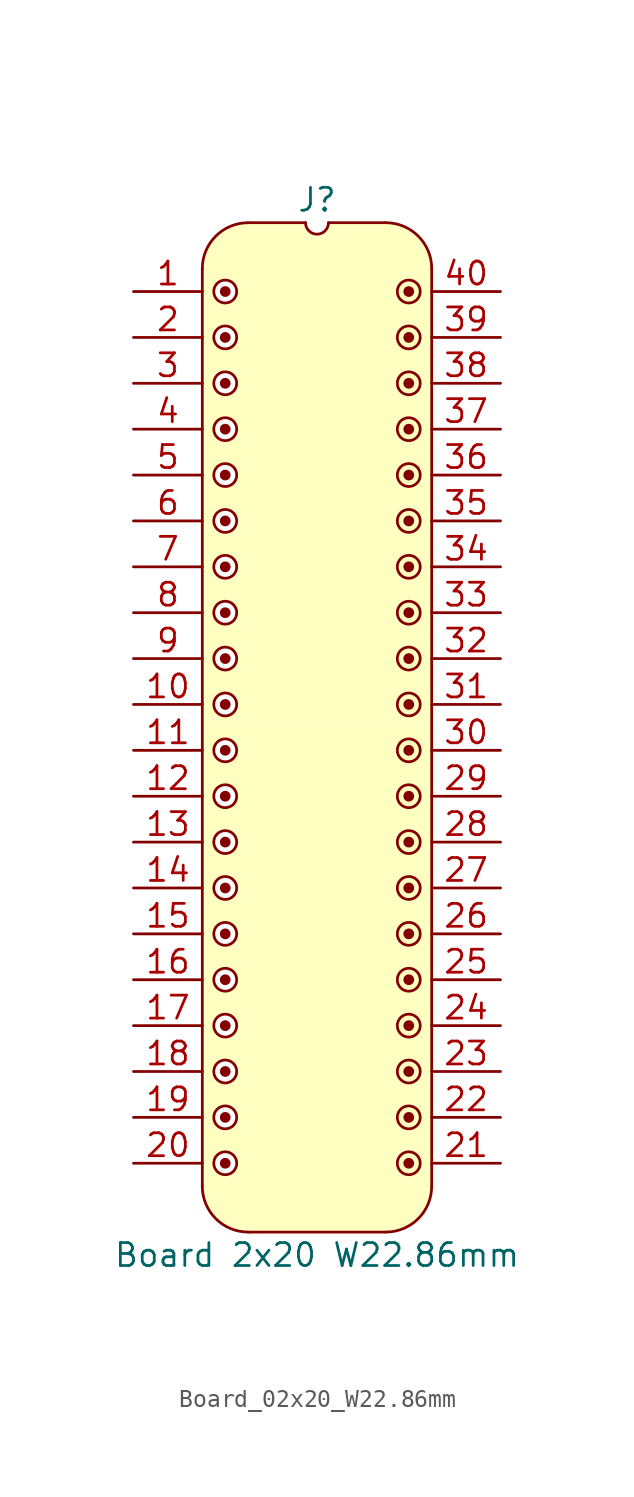
<source format=kicad_sym>
(kicad_symbol_lib
  (version 20241209)
  (generator "kicad_symbol_editor")
  (generator_version "9.0")
  (symbol "Board_02x20_W22.86mm"
    (pin_names
      (offset 1.016)
      (hide yes))
    (property "Reference" "J"
      (at 0 5.08 0)
      (effects (font (size 1.27 1.27))))
    (property "Value" "Board 2x20 W22.86mm"
      (at 0 -53.34 0)
      (effects (font (size 1.27 1.27))))
    (symbol "Board_02x20_W22.86mm_0_1"
      (polyline (pts (xy -6.35 1.27) (xy -6.35 -49.53)) (stroke (width 0) (type default)) (fill (type none)))
      (arc (start -3.8102 -52.0698) (mid -5.6063 -51.3259) (end -6.3502 -49.5298) (stroke (width 0) (type default)) (fill (type none)))
      (arc (start -6.35 1.27) (mid -5.6061 3.0661) (end -3.81 3.81) (stroke (width 0) (type default)) (fill (type none)))
      (polyline (pts (xy -3.81 3.81) (xy -0.635 3.81)) (stroke (width 0) (type default)) (fill (type none)))
      (arc (start 0.635 3.81) (mid 0 3.175) (end -0.635 3.81) (stroke (width 0) (type default)) (fill (type none)))
      (polyline (pts (xy 0.635 3.81) (xy 3.81 3.81)) (stroke (width 0) (type default)) (fill (type none)))
      (polyline (pts (xy 3.81 -52.07) (xy -3.81 -52.07)) (stroke (width 0) (type default)) (fill (type none)))
      (arc (start 3.81 3.81) (mid 5.6061 3.0661) (end 6.35 1.27) (stroke (width 0) (type default)) (fill (type none)))
      (arc (start 6.3498 -49.5298) (mid 5.6059 -51.3259) (end 3.8098 -52.0698) (stroke (width 0) (type default)) (fill (type none)))
      (polyline (pts (xy 6.35 -49.53) (xy 6.35 1.27)) (stroke (width 0) (type default)) (fill (type none))))
    (symbol "Board_02x20_W22.86mm_1_1"
      (polyline (pts (xy -6.35 1.27) (xy -6.096 2.286) (xy -5.588 3.048) (xy -4.826 3.556) (xy -4.064 3.81) (xy -0.762 3.81) (xy -0.508 3.302) (xy 0 3.048) (xy 0 -24.13) (xy -6.35 -24.13) (xy -6.35 1.27)) (stroke (width -0.0001) (type solid)) (fill (type background)))
      (polyline (pts (xy -6.35 -24.13) (xy 0 -24.13) (xy 0 -52.07) (xy -3.81 -52.07) (xy -4.826 -51.816) (xy -5.588 -51.308) (xy -6.096 -50.546) (xy -6.35 -49.53)) (stroke (width -0.0001) (type solid)) (fill (type background)))
      (circle (center -5.08 0) (radius 0.0001) (stroke (width 0.3) (type solid)) (fill (type none)))
      (circle (center -5.08 0) (radius 0.635) (stroke (width 0) (type solid)) (fill (type color) (color 255 255 255 1)))
      (circle (center -5.08 -2.54) (radius 0.0001) (stroke (width 0.3) (type solid)) (fill (type none)))
      (circle (center -5.08 -2.54) (radius 0.635) (stroke (width 0) (type solid)) (fill (type color) (color 255 255 255 1)))
      (circle (center -5.08 -5.08) (radius 0.0001) (stroke (width 0.3) (type solid)) (fill (type none)))
      (circle (center -5.08 -5.08) (radius 0.635) (stroke (width 0) (type solid)) (fill (type color) (color 255 255 255 1)))
      (circle (center -5.08 -7.62) (radius 0.0001) (stroke (width 0.3) (type solid)) (fill (type none)))
      (circle (center -5.08 -7.62) (radius 0.635) (stroke (width 0) (type solid)) (fill (type color) (color 255 255 255 1)))
      (circle (center -5.08 -10.16) (radius 0.0001) (stroke (width 0.3) (type solid)) (fill (type none)))
      (circle (center -5.08 -10.16) (radius 0.635) (stroke (width 0) (type solid)) (fill (type color) (color 255 255 255 1)))
      (circle (center -5.08 -12.7) (radius 0.0001) (stroke (width 0.3) (type solid)) (fill (type none)))
      (circle (center -5.08 -12.7) (radius 0.635) (stroke (width 0) (type solid)) (fill (type color) (color 255 255 255 1)))
      (circle (center -5.08 -15.24) (radius 0.0001) (stroke (width 0.3) (type solid)) (fill (type none)))
      (circle (center -5.08 -15.24) (radius 0.635) (stroke (width 0) (type solid)) (fill (type color) (color 255 255 255 1)))
      (circle (center -5.08 -17.78) (radius 0.0001) (stroke (width 0.3) (type solid)) (fill (type none)))
      (circle (center -5.08 -17.78) (radius 0.635) (stroke (width 0) (type solid)) (fill (type color) (color 255 255 255 1)))
      (circle (center -5.08 -20.32) (radius 0.0001) (stroke (width 0.3) (type solid)) (fill (type none)))
      (circle (center -5.08 -20.32) (radius 0.635) (stroke (width 0) (type solid)) (fill (type color) (color 255 255 255 1)))
      (circle (center -5.08 -22.86) (radius 0.0001) (stroke (width 0.3) (type solid)) (fill (type none)))
      (circle (center -5.08 -22.86) (radius 0.635) (stroke (width 0) (type solid)) (fill (type color) (color 255 255 255 1)))
      (circle (center -5.08 -25.4) (radius 0.0001) (stroke (width 0.3) (type solid)) (fill (type none)))
      (circle (center -5.08 -25.4) (radius 0.635) (stroke (width 0) (type solid)) (fill (type color) (color 255 255 255 1)))
      (circle (center -5.08 -27.94) (radius 0.0001) (stroke (width 0.3) (type solid)) (fill (type none)))
      (circle (center -5.08 -27.94) (radius 0.635) (stroke (width 0) (type solid)) (fill (type color) (color 255 255 255 1)))
      (circle (center -5.08 -30.48) (radius 0.0001) (stroke (width 0.3) (type solid)) (fill (type none)))
      (circle (center -5.08 -30.48) (radius 0.635) (stroke (width 0) (type solid)) (fill (type color) (color 255 255 255 1)))
      (circle (center -5.08 -33.02) (radius 0.0001) (stroke (width 0.3) (type solid)) (fill (type none)))
      (circle (center -5.08 -33.02) (radius 0.635) (stroke (width 0) (type solid)) (fill (type color) (color 255 255 255 1)))
      (circle (center -5.08 -35.56) (radius 0.0001) (stroke (width 0.3) (type solid)) (fill (type none)))
      (circle (center -5.08 -35.56) (radius 0.635) (stroke (width 0) (type solid)) (fill (type color) (color 255 255 255 1)))
      (circle (center -5.08 -38.1) (radius 0.0001) (stroke (width 0.3) (type solid)) (fill (type none)))
      (circle (center -5.08 -38.1) (radius 0.635) (stroke (width 0) (type solid)) (fill (type color) (color 255 255 255 1)))
      (circle (center -5.08 -40.64) (radius 0.0001) (stroke (width 0.3) (type solid)) (fill (type none)))
      (circle (center -5.08 -40.64) (radius 0.635) (stroke (width 0) (type solid)) (fill (type color) (color 255 255 255 1)))
      (circle (center -5.08 -43.18) (radius 0.0001) (stroke (width 0.3) (type solid)) (fill (type none)))
      (circle (center -5.08 -43.18) (radius 0.635) (stroke (width 0) (type solid)) (fill (type color) (color 255 255 255 1)))
      (circle (center -5.08 -45.72) (radius 0.0001) (stroke (width 0.3) (type solid)) (fill (type none)))
      (circle (center -5.08 -45.72) (radius 0.635) (stroke (width 0) (type solid)) (fill (type color) (color 255 255 255 1)))
      (circle (center -5.08 -48.26) (radius 0.0001) (stroke (width 0.3) (type solid)) (fill (type none)))
      (circle (center -5.08 -48.26) (radius 0.635) (stroke (width 0) (type solid)) (fill (type color) (color 255 255 255 1)))
      (circle (center 5.08 0) (radius 0.0001) (stroke (width 0.3) (type solid)) (fill (type none)))
      (circle (center 5.08 0) (radius 0.635) (stroke (width 0) (type solid)) (fill (type color) (color 255 255 255 1)))
      (circle (center 5.08 -2.54) (radius 0.0001) (stroke (width 0.3) (type solid)) (fill (type none)))
      (circle (center 5.08 -2.54) (radius 0.635) (stroke (width 0) (type solid)) (fill (type color) (color 255 255 255 1)))
      (circle (center 5.08 -5.08) (radius 0.0001) (stroke (width 0.3) (type solid)) (fill (type none)))
      (circle (center 5.08 -5.08) (radius 0.635) (stroke (width 0) (type solid)) (fill (type color) (color 255 255 255 1)))
      (circle (center 5.08 -7.62) (radius 0.0001) (stroke (width 0.3) (type solid)) (fill (type none)))
      (circle (center 5.08 -7.62) (radius 0.635) (stroke (width 0) (type solid)) (fill (type color) (color 255 255 255 1)))
      (circle (center 5.08 -10.16) (radius 0.0001) (stroke (width 0.3) (type solid)) (fill (type none)))
      (circle (center 5.08 -10.16) (radius 0.635) (stroke (width 0) (type solid)) (fill (type color) (color 255 255 255 1)))
      (circle (center 5.08 -12.7) (radius 0.0001) (stroke (width 0.3) (type solid)) (fill (type none)))
      (circle (center 5.08 -12.7) (radius 0.635) (stroke (width 0) (type solid)) (fill (type color) (color 255 255 255 1)))
      (circle (center 5.08 -15.24) (radius 0.0001) (stroke (width 0.3) (type solid)) (fill (type none)))
      (circle (center 5.08 -15.24) (radius 0.635) (stroke (width 0) (type solid)) (fill (type color) (color 255 255 255 1)))
      (circle (center 5.08 -17.78) (radius 0.0001) (stroke (width 0.3) (type solid)) (fill (type none)))
      (circle (center 5.08 -17.78) (radius 0.635) (stroke (width 0) (type solid)) (fill (type color) (color 255 255 255 1)))
      (circle (center 5.08 -20.32) (radius 0.0001) (stroke (width 0.3) (type solid)) (fill (type none)))
      (circle (center 5.08 -20.32) (radius 0.635) (stroke (width 0) (type solid)) (fill (type color) (color 255 255 255 1)))
      (circle (center 5.08 -22.86) (radius 0.0001) (stroke (width 0.3) (type solid)) (fill (type none)))
      (circle (center 5.08 -22.86) (radius 0.635) (stroke (width 0) (type solid)) (fill (type color) (color 255 255 255 1)))
      (circle (center 5.08 -25.4) (radius 0.0001) (stroke (width 0.3) (type solid)) (fill (type none)))
      (circle (center 5.08 -25.4) (radius 0.635) (stroke (width 0) (type solid)) (fill (type color) (color 255 255 255 1)))
      (circle (center 5.08 -27.94) (radius 0.0001) (stroke (width 0.3) (type solid)) (fill (type none)))
      (circle (center 5.08 -27.94) (radius 0.635) (stroke (width 0) (type solid)) (fill (type color) (color 255 255 255 1)))
      (circle (center 5.08 -30.48) (radius 0.0001) (stroke (width 0.3) (type solid)) (fill (type none)))
      (circle (center 5.08 -30.48) (radius 0.635) (stroke (width 0) (type solid)) (fill (type color) (color 255 255 255 1)))
      (circle (center 5.08 -33.02) (radius 0.0001) (stroke (width 0.3) (type solid)) (fill (type none)))
      (circle (center 5.08 -33.02) (radius 0.635) (stroke (width 0) (type solid)) (fill (type color) (color 255 255 255 1)))
      (circle (center 5.08 -35.56) (radius 0.0001) (stroke (width 0.3) (type solid)) (fill (type none)))
      (circle (center 5.08 -35.56) (radius 0.635) (stroke (width 0) (type solid)) (fill (type color) (color 255 255 255 1)))
      (circle (center 5.08 -38.1) (radius 0.0001) (stroke (width 0.3) (type solid)) (fill (type none)))
      (circle (center 5.08 -38.1) (radius 0.635) (stroke (width 0) (type solid)) (fill (type color) (color 255 255 255 1)))
      (circle (center 5.08 -40.64) (radius 0.0001) (stroke (width 0.3) (type solid)) (fill (type none)))
      (circle (center 5.08 -40.64) (radius 0.635) (stroke (width 0) (type solid)) (fill (type color) (color 255 255 255 1)))
      (circle (center 5.08 -43.18) (radius 0.0001) (stroke (width 0.3) (type solid)) (fill (type none)))
      (circle (center 5.08 -43.18) (radius 0.635) (stroke (width 0) (type solid)) (fill (type color) (color 255 255 255 1)))
      (circle (center 5.08 -45.72) (radius 0.0001) (stroke (width 0.3) (type solid)) (fill (type none)))
      (circle (center 5.08 -45.72) (radius 0.635) (stroke (width 0) (type solid)) (fill (type color) (color 255 255 255 1)))
      (circle (center 5.08 -48.26) (radius 0.0001) (stroke (width 0.3) (type solid)) (fill (type none)))
      (circle (center 5.08 -48.26) (radius 0.635) (stroke (width 0) (type solid)) (fill (type color) (color 255 255 255 1)))
      (polyline (pts (xy 6.35 1.27) (xy 6.096 2.286) (xy 5.588 3.048) (xy 4.826 3.556) (xy 4.064 3.81) (xy 0.762 3.81) (xy 0.508 3.302) (xy 0 3.048) (xy 0 -24.13) (xy 6.35 -24.13) (xy 6.35 1.27)) (stroke (width -0.0001) (type solid)) (fill (type background)))
      (polyline (pts (xy 6.35 -24.13) (xy 0 -24.13) (xy 0 -52.07) (xy 3.81 -52.07) (xy 4.826 -51.816) (xy 5.588 -51.308) (xy 6.096 -50.546) (xy 6.35 -49.53)) (stroke (width -0.0001) (type solid)) (fill (type background)))
      (pin passive line (at -10.16 0 0) (length 3.81) (name "" (effects (font (size 1.27 1.27)))) (number "1" (effects (font (size 1.27 1.27)))))
      (pin passive line (at -10.16 -2.54 0) (length 3.81) (name "" (effects (font (size 1.27 1.27)))) (number "2" (effects (font (size 1.27 1.27)))))
      (pin passive line (at -10.16 -5.08 0) (length 3.81) (name "" (effects (font (size 1.27 1.27)))) (number "3" (effects (font (size 1.27 1.27)))))
      (pin passive line (at -10.16 -7.62 0) (length 3.81) (name "" (effects (font (size 1.27 1.27)))) (number "4" (effects (font (size 1.27 1.27)))))
      (pin passive line (at -10.16 -10.16 0) (length 3.81) (name "" (effects (font (size 1.27 1.27)))) (number "5" (effects (font (size 1.27 1.27)))))
      (pin passive line (at -10.16 -12.7 0) (length 3.81) (name "" (effects (font (size 1.27 1.27)))) (number "6" (effects (font (size 1.27 1.27)))))
      (pin passive line (at -10.16 -15.24 0) (length 3.81) (name "" (effects (font (size 1.27 1.27)))) (number "7" (effects (font (size 1.27 1.27)))))
      (pin passive line (at -10.16 -17.78 0) (length 3.81) (name "" (effects (font (size 1.27 1.27)))) (number "8" (effects (font (size 1.27 1.27)))))
      (pin passive line (at -10.16 -20.32 0) (length 3.81) (name "" (effects (font (size 1.27 1.27)))) (number "9" (effects (font (size 1.27 1.27)))))
      (pin passive line (at -10.16 -22.86 0) (length 3.81) (name "" (effects (font (size 1.27 1.27)))) (number "10" (effects (font (size 1.27 1.27)))))
      (pin passive line (at -10.16 -25.4 0) (length 3.81) (name "" (effects (font (size 1.27 1.27)))) (number "11" (effects (font (size 1.27 1.27)))))
      (pin passive line (at -10.16 -27.94 0) (length 3.81) (name "" (effects (font (size 1.27 1.27)))) (number "12" (effects (font (size 1.27 1.27)))))
      (pin passive line (at -10.16 -30.48 0) (length 3.81) (name "" (effects (font (size 1.27 1.27)))) (number "13" (effects (font (size 1.27 1.27)))))
      (pin passive line (at -10.16 -33.02 0) (length 3.81) (name "" (effects (font (size 1.27 1.27)))) (number "14" (effects (font (size 1.27 1.27)))))
      (pin passive line (at -10.16 -35.56 0) (length 3.81) (name "" (effects (font (size 1.27 1.27)))) (number "15" (effects (font (size 1.27 1.27)))))
      (pin passive line (at -10.16 -38.1 0) (length 3.81) (name "" (effects (font (size 1.27 1.27)))) (number "16" (effects (font (size 1.27 1.27)))))
      (pin passive line (at -10.16 -40.64 0) (length 3.81) (name "" (effects (font (size 1.27 1.27)))) (number "17" (effects (font (size 1.27 1.27)))))
      (pin passive line (at -10.16 -43.18 0) (length 3.81) (name "" (effects (font (size 1.27 1.27)))) (number "18" (effects (font (size 1.27 1.27)))))
      (pin passive line (at -10.16 -45.72 0) (length 3.81) (name "" (effects (font (size 1.27 1.27)))) (number "19" (effects (font (size 1.27 1.27)))))
      (pin passive line (at -10.16 -48.26 0) (length 3.81) (name "" (effects (font (size 1.27 1.27)))) (number "20" (effects (font (size 1.27 1.27)))))
      (pin passive line (at 10.16 0 180) (length 3.81) (name "" (effects (font (size 1.27 1.27)))) (number "40" (effects (font (size 1.27 1.27)))))
      (pin passive line (at 10.16 -2.54 180) (length 3.81) (name "" (effects (font (size 1.27 1.27)))) (number "39" (effects (font (size 1.27 1.27)))))
      (pin passive line (at 10.16 -5.08 180) (length 3.81) (name "" (effects (font (size 1.27 1.27)))) (number "38" (effects (font (size 1.27 1.27)))))
      (pin passive line (at 10.16 -7.62 180) (length 3.81) (name "" (effects (font (size 1.27 1.27)))) (number "37" (effects (font (size 1.27 1.27)))))
      (pin passive line (at 10.16 -10.16 180) (length 3.81) (name "" (effects (font (size 1.27 1.27)))) (number "36" (effects (font (size 1.27 1.27)))))
      (pin passive line (at 10.16 -12.7 180) (length 3.81) (name "" (effects (font (size 1.27 1.27)))) (number "35" (effects (font (size 1.27 1.27)))))
      (pin passive line (at 10.16 -15.24 180) (length 3.81) (name "" (effects (font (size 1.27 1.27)))) (number "34" (effects (font (size 1.27 1.27)))))
      (pin passive line (at 10.16 -17.78 180) (length 3.81) (name "" (effects (font (size 1.27 1.27)))) (number "33" (effects (font (size 1.27 1.27)))))
      (pin passive line (at 10.16 -20.32 180) (length 3.81) (name "" (effects (font (size 1.27 1.27)))) (number "32" (effects (font (size 1.27 1.27)))))
      (pin passive line (at 10.16 -22.86 180) (length 3.81) (name "" (effects (font (size 1.27 1.27)))) (number "31" (effects (font (size 1.27 1.27)))))
      (pin passive line (at 10.16 -25.4 180) (length 3.81) (name "" (effects (font (size 1.27 1.27)))) (number "30" (effects (font (size 1.27 1.27)))))
      (pin passive line (at 10.16 -27.94 180) (length 3.81) (name "" (effects (font (size 1.27 1.27)))) (number "29" (effects (font (size 1.27 1.27)))))
      (pin passive line (at 10.16 -30.48 180) (length 3.81) (name "" (effects (font (size 1.27 1.27)))) (number "28" (effects (font (size 1.27 1.27)))))
      (pin passive line (at 10.16 -33.02 180) (length 3.81) (name "" (effects (font (size 1.27 1.27)))) (number "27" (effects (font (size 1.27 1.27)))))
      (pin passive line (at 10.16 -35.56 180) (length 3.81) (name "" (effects (font (size 1.27 1.27)))) (number "26" (effects (font (size 1.27 1.27)))))
      (pin passive line (at 10.16 -38.1 180) (length 3.81) (name "" (effects (font (size 1.27 1.27)))) (number "25" (effects (font (size 1.27 1.27)))))
      (pin passive line (at 10.16 -40.64 180) (length 3.81) (name "" (effects (font (size 1.27 1.27)))) (number "24" (effects (font (size 1.27 1.27)))))
      (pin passive line (at 10.16 -43.18 180) (length 3.81) (name "" (effects (font (size 1.27 1.27)))) (number "23" (effects (font (size 1.27 1.27)))))
      (pin passive line (at 10.16 -45.72 180) (length 3.81) (name "" (effects (font (size 1.27 1.27)))) (number "22" (effects (font (size 1.27 1.27)))))
      (pin passive line (at 10.16 -48.26 180) (length 3.81) (name "" (effects (font (size 1.27 1.27)))) (number "21" (effects (font (size 1.27 1.27))))))))
</source>
